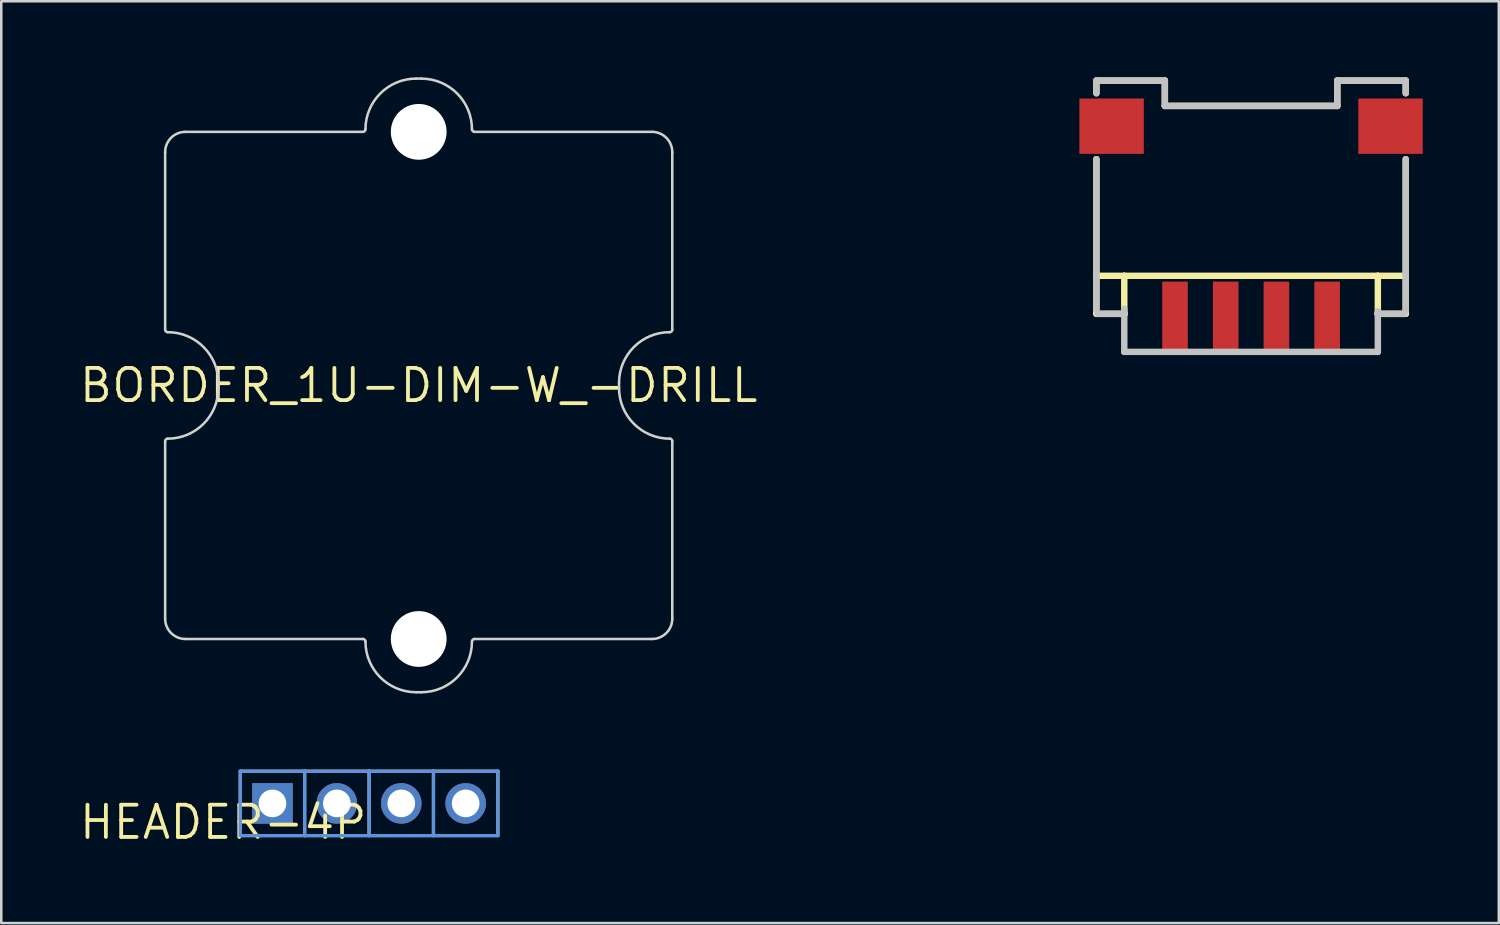
<source format=kicad_pcb>
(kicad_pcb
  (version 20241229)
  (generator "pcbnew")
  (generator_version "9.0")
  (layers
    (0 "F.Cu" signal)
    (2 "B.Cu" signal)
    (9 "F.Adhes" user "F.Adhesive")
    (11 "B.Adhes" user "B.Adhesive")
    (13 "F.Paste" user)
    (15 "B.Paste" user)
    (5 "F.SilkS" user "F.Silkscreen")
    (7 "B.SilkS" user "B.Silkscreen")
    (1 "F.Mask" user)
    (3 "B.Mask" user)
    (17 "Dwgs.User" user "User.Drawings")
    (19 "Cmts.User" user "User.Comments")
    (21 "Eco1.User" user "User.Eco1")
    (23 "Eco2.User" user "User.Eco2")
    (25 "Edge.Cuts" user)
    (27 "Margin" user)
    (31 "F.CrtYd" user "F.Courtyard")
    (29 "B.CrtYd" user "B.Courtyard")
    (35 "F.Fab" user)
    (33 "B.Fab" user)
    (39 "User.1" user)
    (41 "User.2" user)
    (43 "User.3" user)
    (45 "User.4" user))
  (footprint "BORDER_1U-DIM-W_-DRILL"
    (layer "F.Cu")
    (at 13.463 12.15)
    (property "Reference" "BORDER_1U-DIM-W_-DRILL" (at 0 0 0) (layer "F.SilkS") (effects (font (size 1.27 1.27) (thickness 0.15))))
    (attr through_hole)
    (fp_line (start -10 -9.2) (end -10 -2.2) (stroke (width 0.1) (type solid)) (layer "Edge.Cuts"))
    (fp_line (start -10 2.2) (end -10 9.2) (stroke (width 0.1) (type solid)) (layer "Edge.Cuts"))
    (fp_line (start -9.2 10) (end -2.2 10) (stroke (width 0.1) (type solid)) (layer "Edge.Cuts"))
    (fp_line (start -7.9 -0.1) (end -7.9 0.1) (stroke (width 0.1) (type solid)) (layer "Edge.Cuts"))
    (fp_line (start -2.2 -10) (end -9.2 -10) (stroke (width 0.1) (type solid)) (layer "Edge.Cuts"))
    (fp_line (start -0.1 12.1) (end 0.1 12.1) (stroke (width 0.1) (type solid)) (layer "Edge.Cuts"))
    (fp_line (start 0.1 -12.1) (end -0.1 -12.1) (stroke (width 0.1) (type solid)) (layer "Edge.Cuts"))
    (fp_line (start 2.2 -10) (end 9.2 -10) (stroke (width 0.1) (type solid)) (layer "Edge.Cuts"))
    (fp_line (start 2.2 10) (end 9.2 10) (stroke (width 0.1) (type solid)) (layer "Edge.Cuts"))
    (fp_line (start 7.9 0.1) (end 7.9 -0.1) (stroke (width 0.1) (type solid)) (layer "Edge.Cuts"))
    (fp_line (start 10 -9.2) (end 10 -2.2) (stroke (width 0.1) (type solid)) (layer "Edge.Cuts"))
    (fp_line (start 10 9.2) (end 10 2.2) (stroke (width 0.1) (type solid)) (layer "Edge.Cuts"))
    (fp_arc (start -10 -9.2) (mid -9.765685 -9.765685) (end -9.2 -10) (stroke (width 0.1) (type solid)) (layer "Edge.Cuts"))
    (fp_arc (start -10 2.2) (mid -9.970711 2.129289) (end -9.9 2.1) (stroke (width 0.1) (type solid)) (layer "Edge.Cuts"))
    (fp_arc (start -9.9 -2.1) (mid -9.970711 -2.129289) (end -10 -2.2) (stroke (width 0.1) (type solid)) (layer "Edge.Cuts"))
    (fp_arc (start -9.9 -2.1) (mid -8.485786 -1.514213) (end -7.899999 -0.099999) (stroke (width 0.1) (type solid)) (layer "Edge.Cuts"))
    (fp_arc (start -9.2 10) (mid -9.765685 9.765685) (end -10 9.2) (stroke (width 0.1) (type solid)) (layer "Edge.Cuts"))
    (fp_arc (start -7.9 0.1) (mid -8.485787 1.514213) (end -9.900001 2.099999) (stroke (width 0.1) (type solid)) (layer "Edge.Cuts"))
    (fp_arc (start -2.2 10) (mid -2.129289 10.029289) (end -2.1 10.1) (stroke (width 0.1) (type solid)) (layer "Edge.Cuts"))
    (fp_arc (start -2.1 -10.1) (mid -2.129289 -10.029289) (end -2.2 -10) (stroke (width 0.1) (type solid)) (layer "Edge.Cuts"))
    (fp_arc (start -2.099999 -10.099999) (mid -1.514213 -11.514213) (end -0.1 -12.1) (stroke (width 0.1) (type solid)) (layer "Edge.Cuts"))
    (fp_arc (start -0.099999 12.100001) (mid -1.514213 11.514214) (end -2.1 10.1) (stroke (width 0.1) (type solid)) (layer "Edge.Cuts"))
    (fp_arc (start 0.099999 -12.100001) (mid 1.514213 -11.514214) (end 2.1 -10.1) (stroke (width 0.1) (type solid)) (layer "Edge.Cuts"))
    (fp_arc (start 2.099999 10.099999) (mid 1.514213 11.514213) (end 0.1 12.1) (stroke (width 0.1) (type solid)) (layer "Edge.Cuts"))
    (fp_arc (start 2.1 10.1) (mid 2.129289 10.029289) (end 2.2 10) (stroke (width 0.1) (type solid)) (layer "Edge.Cuts"))
    (fp_arc (start 2.2 -10) (mid 2.129289 -10.029289) (end 2.1 -10.1) (stroke (width 0.1) (type solid)) (layer "Edge.Cuts"))
    (fp_arc (start 7.9 -0.1) (mid 8.485787 -1.514213) (end 9.900001 -2.099999) (stroke (width 0.1) (type solid)) (layer "Edge.Cuts"))
    (fp_arc (start 9.2 -10) (mid 9.765685 -9.765685) (end 10 -9.2) (stroke (width 0.1) (type solid)) (layer "Edge.Cuts"))
    (fp_arc (start 9.9 2.1) (mid 8.485786 1.514213) (end 7.899999 0.099999) (stroke (width 0.1) (type solid)) (layer "Edge.Cuts"))
    (fp_arc (start 9.9 2.1) (mid 9.970711 2.129289) (end 10 2.2) (stroke (width 0.1) (type solid)) (layer "Edge.Cuts"))
    (fp_arc (start 10 -2.2) (mid 9.970711 -2.129289) (end 9.9 -2.1) (stroke (width 0.1) (type solid)) (layer "Edge.Cuts"))
    (fp_arc (start 10 9.2) (mid 9.765685 9.765685) (end 9.2 10) (stroke (width 0.1) (type solid)) (layer "Edge.Cuts"))
    (pad "" np_thru_hole circle (at 0 -10) (size 2.2 2.2) (drill 2.2) (layers "*.Cu" "*.Mask"))
    (pad "" np_thru_hole circle (at 0 10) (size 2.2 2.2) (drill 2.2) (layers "*.Cu" "*.Mask")))
  (footprint "GROVE_4P-2.0_SMD_HOR"
    (layer "F.Cu")
    (at 46.289 9.327)
    (property "Reference" "GROVE_4P-2.0_SMD_HOR" (at -1.725 -5.37 180) (layer "F.Mask") (effects (font (size 0.772 0.772) (thickness 0.077)) (justify right top)))
    (attr through_hole)
    (fp_line (start -6.1 -9.2) (end -6.1 -8.7) (stroke (width 0.254) (type solid)) (layer "F.SilkS"))
    (fp_line (start -6.1 -9.2) (end -3.4 -9.2) (stroke (width 0.254) (type solid)) (layer "F.SilkS"))
    (fp_line (start -6.1 -1.5) (end -6.1 -6.1) (stroke (width 0.254) (type solid)) (layer "F.SilkS"))
    (fp_line (start -6.1 -1.5) (end -6.1 0) (stroke (width 0.254) (type solid)) (layer "F.SilkS"))
    (fp_line (start -6.1 -1.5) (end -5 -1.5) (stroke (width 0.254) (type solid)) (layer "F.SilkS"))
    (fp_line (start -6.1 0) (end -5 0) (stroke (width 0.254) (type solid)) (layer "F.SilkS"))
    (fp_line (start -5 -1.5) (end 5 -1.5) (stroke (width 0.254) (type solid)) (layer "F.SilkS"))
    (fp_line (start -5 0) (end -5 -1.5) (stroke (width 0.254) (type solid)) (layer "F.SilkS"))
    (fp_line (start -3.4 -9.2) (end -3.4 -8.2) (stroke (width 0.254) (type solid)) (layer "F.SilkS"))
    (fp_line (start -3.4 -8.2) (end 3.4 -8.2) (stroke (width 0.254) (type solid)) (layer "F.SilkS"))
    (fp_line (start 3.4 -9.2) (end 6.1 -9.2) (stroke (width 0.254) (type solid)) (layer "F.SilkS"))
    (fp_line (start 3.4 -8.2) (end 3.4 -9.2) (stroke (width 0.254) (type solid)) (layer "F.SilkS"))
    (fp_line (start 5 -1.5) (end 5 0) (stroke (width 0.254) (type solid)) (layer "F.SilkS"))
    (fp_line (start 5 -1.5) (end 6.1 -1.5) (stroke (width 0.254) (type solid)) (layer "F.SilkS"))
    (fp_line (start 5 0) (end 6.1 0) (stroke (width 0.254) (type solid)) (layer "F.SilkS"))
    (fp_line (start 6.1 -9.2) (end 6.1 -8.7) (stroke (width 0.254) (type solid)) (layer "F.SilkS"))
    (fp_line (start 6.1 -1.5) (end 6.1 -6.1) (stroke (width 0.254) (type solid)) (layer "F.SilkS"))
    (fp_line (start 6.1 0) (end 6.1 -1.5) (stroke (width 0.254) (type solid)) (layer "F.SilkS"))
    (fp_line (start -6.1 -9.2) (end -6.1 -8.7) (stroke (width 0.254) (type solid)) (layer "Dwgs.User"))
    (fp_line (start -6.1 -6.1) (end -6.1 -0.2) (stroke (width 0.254) (type solid)) (layer "Dwgs.User"))
    (fp_line (start -6.053 0) (end -4.975 0) (stroke (width 0.254) (type solid)) (layer "Dwgs.User"))
    (fp_line (start -6 -9.2) (end -3.4 -9.2) (stroke (width 0.254) (type solid)) (layer "Dwgs.User"))
    (fp_line (start -5 1.5) (end -5 -0.2) (stroke (width 0.254) (type solid)) (layer "Dwgs.User"))
    (fp_line (start -3.4 -9.2) (end -3.4 -8.2) (stroke (width 0.254) (type solid)) (layer "Dwgs.User"))
    (fp_line (start -3.4 -8.2) (end 3.4 -8.2) (stroke (width 0.254) (type solid)) (layer "Dwgs.User"))
    (fp_line (start 3.4 -9.2) (end 6 -9.2) (stroke (width 0.254) (type solid)) (layer "Dwgs.User"))
    (fp_line (start 3.4 -8.2) (end 3.4 -9.2) (stroke (width 0.254) (type solid)) (layer "Dwgs.User"))
    (fp_line (start 4.975 0) (end 6.053 0) (stroke (width 0.254) (type solid)) (layer "Dwgs.User"))
    (fp_line (start 5 -0.1) (end 5 1.5) (stroke (width 0.254) (type solid)) (layer "Dwgs.User"))
    (fp_line (start 5 1.5) (end -5 1.5) (stroke (width 0.254) (type solid)) (layer "Dwgs.User"))
    (fp_line (start 6.1 -9.2) (end 6.1 -8.7) (stroke (width 0.254) (type solid)) (layer "Dwgs.User"))
    (fp_line (start 6.1 -6.1) (end 6.1 -0.1) (stroke (width 0.254) (type solid)) (layer "Dwgs.User"))
    (pad "1" smd rect (at -3 0.1 90) (size 2.74 1.01) (layers "F.Cu" "F.Mask" "F.Paste"))
    (pad "2" smd rect (at -1 0.1 90) (size 2.74 1.01) (layers "F.Cu" "F.Mask" "F.Paste"))
    (pad "3" smd rect (at 1 0.1 90) (size 2.74 1.01) (layers "F.Cu" "F.Mask" "F.Paste"))
    (pad "4" smd rect (at 3 0.1 90) (size 2.74 1.01) (layers "F.Cu" "F.Mask" "F.Paste"))
    (pad "SS1" smd rect (at -5.5 -7.4 90) (size 2.184 2.54) (layers "F.Cu" "F.Mask" "F.Paste"))
    (pad "SS2" smd rect (at 5.5 -7.4 90) (size 2.184 2.54) (layers "F.Cu" "F.Mask" "F.Paste")))
  (footprint "HEADER-4P"
    (layer "F.Cu")
    (at 11.505 28.634)
    (property "Reference" "HEADER-4P" (at 0 0 0) (layer "F.SilkS") (effects (font (size 1.27 1.27) (thickness 0.15)) (justify right top)))
    (attr through_hole)
    (fp_line (start -5.08 -1.27) (end -5.08 1.27) (stroke (width 0.127) (type solid)) (layer "B.SilkS"))
    (fp_line (start -5.08 1.27) (end -2.54 1.27) (stroke (width 0.127) (type solid)) (layer "B.SilkS"))
    (fp_line (start -2.54 -1.27) (end -5.08 -1.27) (stroke (width 0.127) (type solid)) (layer "B.SilkS"))
    (fp_line (start -2.54 -1.27) (end -2.54 1.27) (stroke (width 0.127) (type solid)) (layer "B.SilkS"))
    (fp_line (start -2.54 1.27) (end 0 1.27) (stroke (width 0.127) (type solid)) (layer "B.SilkS"))
    (fp_line (start 0 -1.27) (end -2.54 -1.27) (stroke (width 0.127) (type solid)) (layer "B.SilkS"))
    (fp_line (start 0 -1.27) (end 0 1.27) (stroke (width 0.127) (type solid)) (layer "B.SilkS"))
    (fp_line (start 0 1.27) (end 2.54 1.27) (stroke (width 0.127) (type solid)) (layer "B.SilkS"))
    (fp_line (start 2.54 -1.27) (end 0 -1.27) (stroke (width 0.127) (type solid)) (layer "B.SilkS"))
    (fp_line (start 2.54 -1.27) (end 2.54 1.27) (stroke (width 0.127) (type solid)) (layer "B.SilkS"))
    (fp_line (start 2.54 1.27) (end 5.08 1.27) (stroke (width 0.127) (type solid)) (layer "B.SilkS"))
    (fp_line (start 5.08 -1.27) (end 2.54 -1.27) (stroke (width 0.127) (type solid)) (layer "B.SilkS"))
    (fp_line (start 5.08 1.27) (end 5.08 -1.27) (stroke (width 0.127) (type solid)) (layer "B.SilkS"))
    (fp_line (start -5.08 -1.27) (end -5.08 1.27) (stroke (width 0.127) (type solid)) (layer "Cmts.User"))
    (fp_line (start -5.08 1.27) (end -2.54 1.27) (stroke (width 0.127) (type solid)) (layer "Cmts.User"))
    (fp_line (start -2.54 -1.27) (end -5.08 -1.27) (stroke (width 0.127) (type solid)) (layer "Cmts.User"))
    (fp_line (start -2.54 -1.27) (end -2.54 1.27) (stroke (width 0.127) (type solid)) (layer "Cmts.User"))
    (fp_line (start -2.54 1.27) (end 0 1.27) (stroke (width 0.127) (type solid)) (layer "Cmts.User"))
    (fp_line (start 0 -1.27) (end -2.54 -1.27) (stroke (width 0.127) (type solid)) (layer "Cmts.User"))
    (fp_line (start 0 -1.27) (end 0 1.27) (stroke (width 0.127) (type solid)) (layer "Cmts.User"))
    (fp_line (start 0 1.27) (end 2.54 1.27) (stroke (width 0.127) (type solid)) (layer "Cmts.User"))
    (fp_line (start 2.54 -1.27) (end 0 -1.27) (stroke (width 0.127) (type solid)) (layer "Cmts.User"))
    (fp_line (start 2.54 -1.27) (end 2.54 1.27) (stroke (width 0.127) (type solid)) (layer "Cmts.User"))
    (fp_line (start 2.54 1.27) (end 5.08 1.27) (stroke (width 0.127) (type solid)) (layer "Cmts.User"))
    (fp_line (start 5.08 -1.27) (end 2.54 -1.27) (stroke (width 0.127) (type solid)) (layer "Cmts.User"))
    (fp_line (start 5.08 1.27) (end 5.08 -1.27) (stroke (width 0.127) (type solid)) (layer "Cmts.User"))
    (pad "P$1" thru_hole rect (at -3.81 0) (size 1.6 1.6) (drill 1.092) (layers "*.Cu" "*.Mask"))
    (pad "P$2" thru_hole circle (at -1.27 0) (size 1.6 1.6) (drill 1.092) (layers "*.Cu" "*.Mask"))
    (pad "P$3" thru_hole circle (at 1.27 0) (size 1.6 1.6) (drill 1.092) (layers "*.Cu" "*.Mask"))
    (pad "P$4" thru_hole circle (at 3.81 0) (size 1.6 1.6) (drill 1.092) (layers "*.Cu" "*.Mask")))
  (gr_rect
    (start -3 -3)
    (end 56.059 33.354)
    (stroke (width 0.1) (type default))
    (fill no)
    (layer "Edge.Cuts")))
</source>
